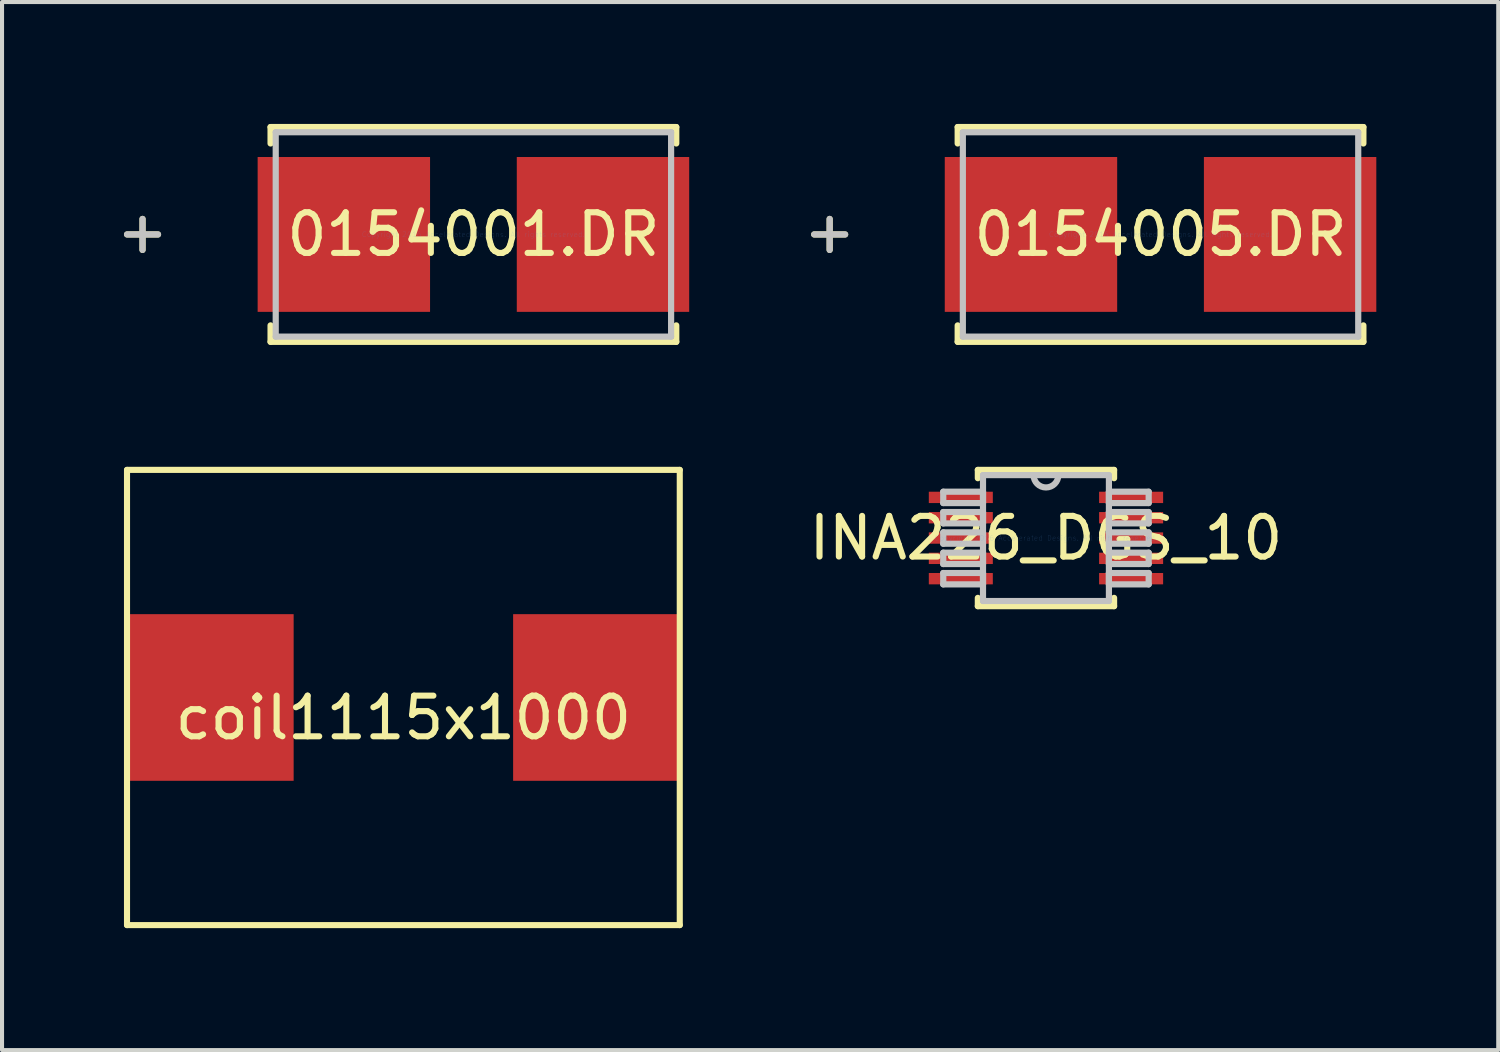
<source format=kicad_pcb>
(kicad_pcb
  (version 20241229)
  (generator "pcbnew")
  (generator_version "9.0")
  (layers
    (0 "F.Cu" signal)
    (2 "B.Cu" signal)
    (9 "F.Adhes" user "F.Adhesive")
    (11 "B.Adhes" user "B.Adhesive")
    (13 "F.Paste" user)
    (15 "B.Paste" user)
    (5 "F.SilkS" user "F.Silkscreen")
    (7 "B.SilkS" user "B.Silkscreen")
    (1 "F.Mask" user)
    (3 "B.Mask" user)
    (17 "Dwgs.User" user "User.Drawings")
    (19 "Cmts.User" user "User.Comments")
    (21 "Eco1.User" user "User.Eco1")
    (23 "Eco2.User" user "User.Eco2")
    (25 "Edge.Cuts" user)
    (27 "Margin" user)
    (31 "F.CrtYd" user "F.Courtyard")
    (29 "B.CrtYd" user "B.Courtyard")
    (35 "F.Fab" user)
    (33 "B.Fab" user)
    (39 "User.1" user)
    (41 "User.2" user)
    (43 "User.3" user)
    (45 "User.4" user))
  (footprint "0154001.DR"
    (layer "F.Cu")
    (at 8.598 2.718)
    (property "Reference" "0154001.DR" (at 0 0 0) (layer "F.SilkS") (effects (font (size 1 1) (thickness 0.15))))
    (attr through_hole)
    (fp_line (start -8.141 -0.381) (end -8.141 0.381) (stroke (width 0.152) (type solid)) (layer "F.SilkS"))
    (fp_line (start -7.76 0) (end -8.522 0) (stroke (width 0.152) (type solid)) (layer "F.SilkS"))
    (fp_line (start -4.991 -2.642) (end -4.991 -2.238) (stroke (width 0.152) (type solid)) (layer "F.SilkS"))
    (fp_line (start -4.991 2.238) (end -4.991 2.642) (stroke (width 0.152) (type solid)) (layer "F.SilkS"))
    (fp_line (start -4.991 2.642) (end 4.991 2.642) (stroke (width 0.152) (type solid)) (layer "F.SilkS"))
    (fp_line (start 4.991 -2.642) (end -4.991 -2.642) (stroke (width 0.152) (type solid)) (layer "F.SilkS"))
    (fp_line (start 4.991 -2.238) (end 4.991 -2.642) (stroke (width 0.152) (type solid)) (layer "F.SilkS"))
    (fp_line (start 4.991 2.642) (end 4.991 2.238) (stroke (width 0.152) (type solid)) (layer "F.SilkS"))
    (fp_line (start -8.141 -0.381) (end -8.141 0.381) (stroke (width 0.152) (type solid)) (layer "Dwgs.User"))
    (fp_line (start -7.76 0) (end -8.522 0) (stroke (width 0.152) (type solid)) (layer "Dwgs.User"))
    (fp_line (start -4.864 -2.515) (end -4.864 2.515) (stroke (width 0.152) (type solid)) (layer "Dwgs.User"))
    (fp_line (start -4.864 2.515) (end 4.864 2.515) (stroke (width 0.152) (type solid)) (layer "Dwgs.User"))
    (fp_line (start 4.864 -2.515) (end -4.864 -2.515) (stroke (width 0.152) (type solid)) (layer "Dwgs.User"))
    (fp_line (start 4.864 2.515) (end 4.864 -2.515) (stroke (width 0.152) (type solid)) (layer "Dwgs.User"))
    (fp_text user "Copyright 2016 Accelerated Designs. All rights reserved." (at 0 0 0) (layer "Cmts.User") (effects (font (size 0.127 0.127) (thickness 0.002))))
    (pad "1" smd rect (at -3.188 0) (size 4.242 3.81) (layers "F.Cu" "F.Mask" "F.Paste"))
    (pad "2" smd rect (at 3.188 0) (size 4.242 3.81) (layers "F.Cu" "F.Mask" "F.Paste")))
  (footprint "INA226_DGS_10"
    (layer "F.Cu")
    (at 22.685 10.188)
    (property "Reference" "INA226_DGS_10" (at 0 0 0) (layer "F.SilkS") (effects (font (size 1 1) (thickness 0.15))))
    (attr through_hole)
    (fp_line (start -1.676 -1.676) (end -1.676 -1.472) (stroke (width 0.152) (type solid)) (layer "F.SilkS"))
    (fp_line (start -1.676 1.472) (end -1.676 1.676) (stroke (width 0.152) (type solid)) (layer "F.SilkS"))
    (fp_line (start -1.676 1.676) (end 1.676 1.676) (stroke (width 0.152) (type solid)) (layer "F.SilkS"))
    (fp_line (start 1.676 -1.676) (end -1.676 -1.676) (stroke (width 0.152) (type solid)) (layer "F.SilkS"))
    (fp_line (start 1.676 -1.472) (end 1.676 -1.676) (stroke (width 0.152) (type solid)) (layer "F.SilkS"))
    (fp_line (start 1.676 1.676) (end 1.676 1.472) (stroke (width 0.152) (type solid)) (layer "F.SilkS"))
    (fp_line (start -2.527 -1.14) (end -2.527 -0.86) (stroke (width 0.152) (type solid)) (layer "Dwgs.User"))
    (fp_line (start -2.527 -0.86) (end -1.549 -0.86) (stroke (width 0.152) (type solid)) (layer "Dwgs.User"))
    (fp_line (start -2.527 -0.64) (end -2.527 -0.36) (stroke (width 0.152) (type solid)) (layer "Dwgs.User"))
    (fp_line (start -2.527 -0.36) (end -1.549 -0.36) (stroke (width 0.152) (type solid)) (layer "Dwgs.User"))
    (fp_line (start -2.527 -0.14) (end -2.527 0.14) (stroke (width 0.152) (type solid)) (layer "Dwgs.User"))
    (fp_line (start -2.527 0.14) (end -1.549 0.14) (stroke (width 0.152) (type solid)) (layer "Dwgs.User"))
    (fp_line (start -2.527 0.36) (end -2.527 0.64) (stroke (width 0.152) (type solid)) (layer "Dwgs.User"))
    (fp_line (start -2.527 0.64) (end -1.549 0.64) (stroke (width 0.152) (type solid)) (layer "Dwgs.User"))
    (fp_line (start -2.527 0.86) (end -2.527 1.14) (stroke (width 0.152) (type solid)) (layer "Dwgs.User"))
    (fp_line (start -2.527 1.14) (end -1.549 1.14) (stroke (width 0.152) (type solid)) (layer "Dwgs.User"))
    (fp_line (start -1.549 -1.549) (end -1.549 1.549) (stroke (width 0.152) (type solid)) (layer "Dwgs.User"))
    (fp_line (start -1.549 -1.14) (end -2.527 -1.14) (stroke (width 0.152) (type solid)) (layer "Dwgs.User"))
    (fp_line (start -1.549 -0.86) (end -1.549 -1.14) (stroke (width 0.152) (type solid)) (layer "Dwgs.User"))
    (fp_line (start -1.549 -0.64) (end -2.527 -0.64) (stroke (width 0.152) (type solid)) (layer "Dwgs.User"))
    (fp_line (start -1.549 -0.36) (end -1.549 -0.64) (stroke (width 0.152) (type solid)) (layer "Dwgs.User"))
    (fp_line (start -1.549 -0.14) (end -2.527 -0.14) (stroke (width 0.152) (type solid)) (layer "Dwgs.User"))
    (fp_line (start -1.549 0.14) (end -1.549 -0.14) (stroke (width 0.152) (type solid)) (layer "Dwgs.User"))
    (fp_line (start -1.549 0.36) (end -2.527 0.36) (stroke (width 0.152) (type solid)) (layer "Dwgs.User"))
    (fp_line (start -1.549 0.64) (end -1.549 0.36) (stroke (width 0.152) (type solid)) (layer "Dwgs.User"))
    (fp_line (start -1.549 0.86) (end -2.527 0.86) (stroke (width 0.152) (type solid)) (layer "Dwgs.User"))
    (fp_line (start -1.549 1.14) (end -1.549 0.86) (stroke (width 0.152) (type solid)) (layer "Dwgs.User"))
    (fp_line (start -1.549 1.549) (end 1.549 1.549) (stroke (width 0.152) (type solid)) (layer "Dwgs.User"))
    (fp_line (start 1.549 -1.549) (end -1.549 -1.549) (stroke (width 0.152) (type solid)) (layer "Dwgs.User"))
    (fp_line (start 1.549 -1.14) (end 1.549 -0.86) (stroke (width 0.152) (type solid)) (layer "Dwgs.User"))
    (fp_line (start 1.549 -0.86) (end 2.527 -0.86) (stroke (width 0.152) (type solid)) (layer "Dwgs.User"))
    (fp_line (start 1.549 -0.64) (end 1.549 -0.36) (stroke (width 0.152) (type solid)) (layer "Dwgs.User"))
    (fp_line (start 1.549 -0.36) (end 2.527 -0.36) (stroke (width 0.152) (type solid)) (layer "Dwgs.User"))
    (fp_line (start 1.549 -0.14) (end 1.549 0.14) (stroke (width 0.152) (type solid)) (layer "Dwgs.User"))
    (fp_line (start 1.549 0.14) (end 2.527 0.14) (stroke (width 0.152) (type solid)) (layer "Dwgs.User"))
    (fp_line (start 1.549 0.36) (end 1.549 0.64) (stroke (width 0.152) (type solid)) (layer "Dwgs.User"))
    (fp_line (start 1.549 0.64) (end 2.527 0.64) (stroke (width 0.152) (type solid)) (layer "Dwgs.User"))
    (fp_line (start 1.549 0.86) (end 1.549 1.14) (stroke (width 0.152) (type solid)) (layer "Dwgs.User"))
    (fp_line (start 1.549 1.14) (end 2.527 1.14) (stroke (width 0.152) (type solid)) (layer "Dwgs.User"))
    (fp_line (start 1.549 1.549) (end 1.549 -1.549) (stroke (width 0.152) (type solid)) (layer "Dwgs.User"))
    (fp_line (start 2.527 -1.14) (end 1.549 -1.14) (stroke (width 0.152) (type solid)) (layer "Dwgs.User"))
    (fp_line (start 2.527 -0.86) (end 2.527 -1.14) (stroke (width 0.152) (type solid)) (layer "Dwgs.User"))
    (fp_line (start 2.527 -0.64) (end 1.549 -0.64) (stroke (width 0.152) (type solid)) (layer "Dwgs.User"))
    (fp_line (start 2.527 -0.36) (end 2.527 -0.64) (stroke (width 0.152) (type solid)) (layer "Dwgs.User"))
    (fp_line (start 2.527 -0.14) (end 1.549 -0.14) (stroke (width 0.152) (type solid)) (layer "Dwgs.User"))
    (fp_line (start 2.527 0.14) (end 2.527 -0.14) (stroke (width 0.152) (type solid)) (layer "Dwgs.User"))
    (fp_line (start 2.527 0.36) (end 1.549 0.36) (stroke (width 0.152) (type solid)) (layer "Dwgs.User"))
    (fp_line (start 2.527 0.64) (end 2.527 0.36) (stroke (width 0.152) (type solid)) (layer "Dwgs.User"))
    (fp_line (start 2.527 0.86) (end 1.549 0.86) (stroke (width 0.152) (type solid)) (layer "Dwgs.User"))
    (fp_line (start 2.527 1.14) (end 2.527 0.86) (stroke (width 0.152) (type solid)) (layer "Dwgs.User"))
    (fp_arc (start 0.3048 -1.5494) (mid 0 -1.2446) (end -0.3048 -1.5494) (stroke (width 0.1524) (type solid)) (layer "Dwgs.User"))
    (fp_text user "Copyright 2016 Accelerated Designs. All rights reserved." (at 0 0 0) (layer "Cmts.User") (effects (font (size 0.127 0.127) (thickness 0.002))))
    (pad "1" smd rect (at -2.095 -1) (size 1.575 0.279) (layers "F.Cu" "F.Mask" "F.Paste"))
    (pad "2" smd rect (at -2.095 -0.5) (size 1.575 0.279) (layers "F.Cu" "F.Mask" "F.Paste"))
    (pad "3" smd rect (at -2.095 0) (size 1.575 0.279) (layers "F.Cu" "F.Mask" "F.Paste"))
    (pad "4" smd rect (at -2.095 0.5) (size 1.575 0.279) (layers "F.Cu" "F.Mask" "F.Paste"))
    (pad "5" smd rect (at -2.095 1) (size 1.575 0.279) (layers "F.Cu" "F.Mask" "F.Paste"))
    (pad "6" smd rect (at 2.095 1) (size 1.575 0.279) (layers "F.Cu" "F.Mask" "F.Paste"))
    (pad "7" smd rect (at 2.095 0.5) (size 1.575 0.279) (layers "F.Cu" "F.Mask" "F.Paste"))
    (pad "8" smd rect (at 2.095 0) (size 1.575 0.279) (layers "F.Cu" "F.Mask" "F.Paste"))
    (pad "9" smd rect (at 2.095 -0.5) (size 1.575 0.279) (layers "F.Cu" "F.Mask" "F.Paste"))
    (pad "10" smd rect (at 2.095 -1) (size 1.575 0.279) (layers "F.Cu" "F.Mask" "F.Paste")))
  (footprint "0154005.DR"
    (layer "F.Cu")
    (at 25.504 2.718)
    (property "Reference" "0154005.DR" (at 0 0 0) (layer "F.SilkS") (effects (font (size 1 1) (thickness 0.15))))
    (attr through_hole)
    (fp_line (start -8.141 -0.381) (end -8.141 0.381) (stroke (width 0.152) (type solid)) (layer "F.SilkS"))
    (fp_line (start -7.76 0) (end -8.522 0) (stroke (width 0.152) (type solid)) (layer "F.SilkS"))
    (fp_line (start -4.991 -2.642) (end -4.991 -2.238) (stroke (width 0.152) (type solid)) (layer "F.SilkS"))
    (fp_line (start -4.991 2.238) (end -4.991 2.642) (stroke (width 0.152) (type solid)) (layer "F.SilkS"))
    (fp_line (start -4.991 2.642) (end 4.991 2.642) (stroke (width 0.152) (type solid)) (layer "F.SilkS"))
    (fp_line (start 4.991 -2.642) (end -4.991 -2.642) (stroke (width 0.152) (type solid)) (layer "F.SilkS"))
    (fp_line (start 4.991 -2.238) (end 4.991 -2.642) (stroke (width 0.152) (type solid)) (layer "F.SilkS"))
    (fp_line (start 4.991 2.642) (end 4.991 2.238) (stroke (width 0.152) (type solid)) (layer "F.SilkS"))
    (fp_line (start -8.141 -0.381) (end -8.141 0.381) (stroke (width 0.152) (type solid)) (layer "Dwgs.User"))
    (fp_line (start -7.76 0) (end -8.522 0) (stroke (width 0.152) (type solid)) (layer "Dwgs.User"))
    (fp_line (start -4.864 -2.515) (end -4.864 2.515) (stroke (width 0.152) (type solid)) (layer "Dwgs.User"))
    (fp_line (start -4.864 2.515) (end 4.864 2.515) (stroke (width 0.152) (type solid)) (layer "Dwgs.User"))
    (fp_line (start 4.864 -2.515) (end -4.864 -2.515) (stroke (width 0.152) (type solid)) (layer "Dwgs.User"))
    (fp_line (start 4.864 2.515) (end 4.864 -2.515) (stroke (width 0.152) (type solid)) (layer "Dwgs.User"))
    (fp_text user "Copyright 2016 Accelerated Designs. All rights reserved." (at 0 0 0) (layer "Cmts.User") (effects (font (size 0.127 0.127) (thickness 0.002))))
    (pad "1" smd rect (at -3.188 0) (size 4.242 3.81) (layers "F.Cu" "F.Mask" "F.Paste"))
    (pad "2" smd rect (at 3.188 0) (size 4.242 3.81) (layers "F.Cu" "F.Mask" "F.Paste")))
  (footprint "coil1115x1000"
    (layer "F.Cu")
    (at 6.875 14.111)
    (property "Reference" "coil1115x1000" (at 0 0.5 0) (layer "F.SilkS") (effects (font (size 1 1) (thickness 0.15))))
    (attr through_hole)
    (fp_line (start -6.8 -5.6) (end -6.8 5.6) (stroke (width 0.15) (type solid)) (layer "F.SilkS"))
    (fp_line (start -6.8 5.6) (end 6.8 5.6) (stroke (width 0.15) (type solid)) (layer "F.SilkS"))
    (fp_line (start 6.8 -5.6) (end -6.8 -5.6) (stroke (width 0.15) (type solid)) (layer "F.SilkS"))
    (fp_line (start 6.8 5.6) (end 6.8 -5.6) (stroke (width 0.15) (type solid)) (layer "F.SilkS"))
    (pad "1" smd rect (at -4.75 0) (size 4.1 4.1) (layers "F.Cu" "F.Mask" "F.Paste"))
    (pad "2" smd rect (at 4.75 0) (size 4.1 4.1) (layers "F.Cu" "F.Mask" "F.Paste")))
  (gr_rect
    (start -3 -3)
    (end 33.813 22.786)
    (stroke (width 0.1) (type default))
    (fill no)
    (layer "Edge.Cuts")))
</source>
